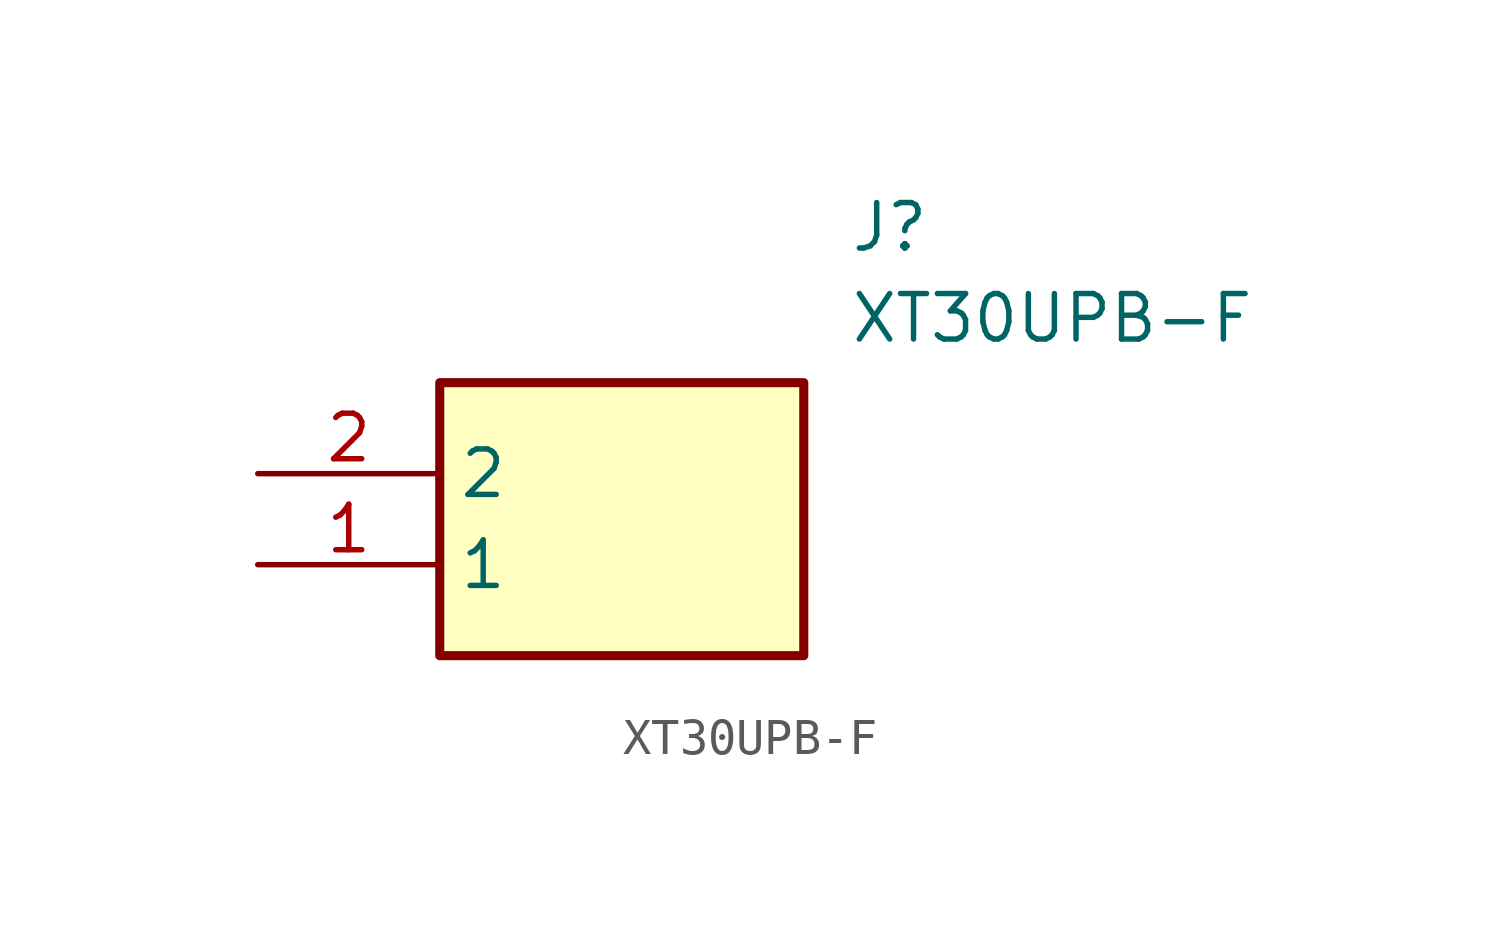
<source format=kicad_sym>
(kicad_symbol_lib
  (version 20241209)
  (generator "kicad_symbol_editor")
  (generator_version "9.0")
  (symbol "XT30UPB-F"
    (property "Reference" "J"
      (at 16.51 7.62 0)
      (effects (font (size 1.27 1.27)) (justify left top)))
    (property "Value" "XT30UPB-F"
      (at 16.51 5.08 0)
      (effects (font (size 1.27 1.27)) (justify left top)))
    (symbol "XT30UPB-F_1_1"
      (rectangle (start 5.08 2.54) (end 15.24 -5.08) (stroke (width 0.254) (type default)) (fill (type background)))
      (pin passive line (at 0 0 0) (length 5.08) (name "2" (effects (font (size 1.27 1.27)))) (number "2" (effects (font (size 1.27 1.27)))))
      (pin passive line (at 0 -2.54 0) (length 5.08) (name "1" (effects (font (size 1.27 1.27)))) (number "1" (effects (font (size 1.27 1.27))))))))
</source>
